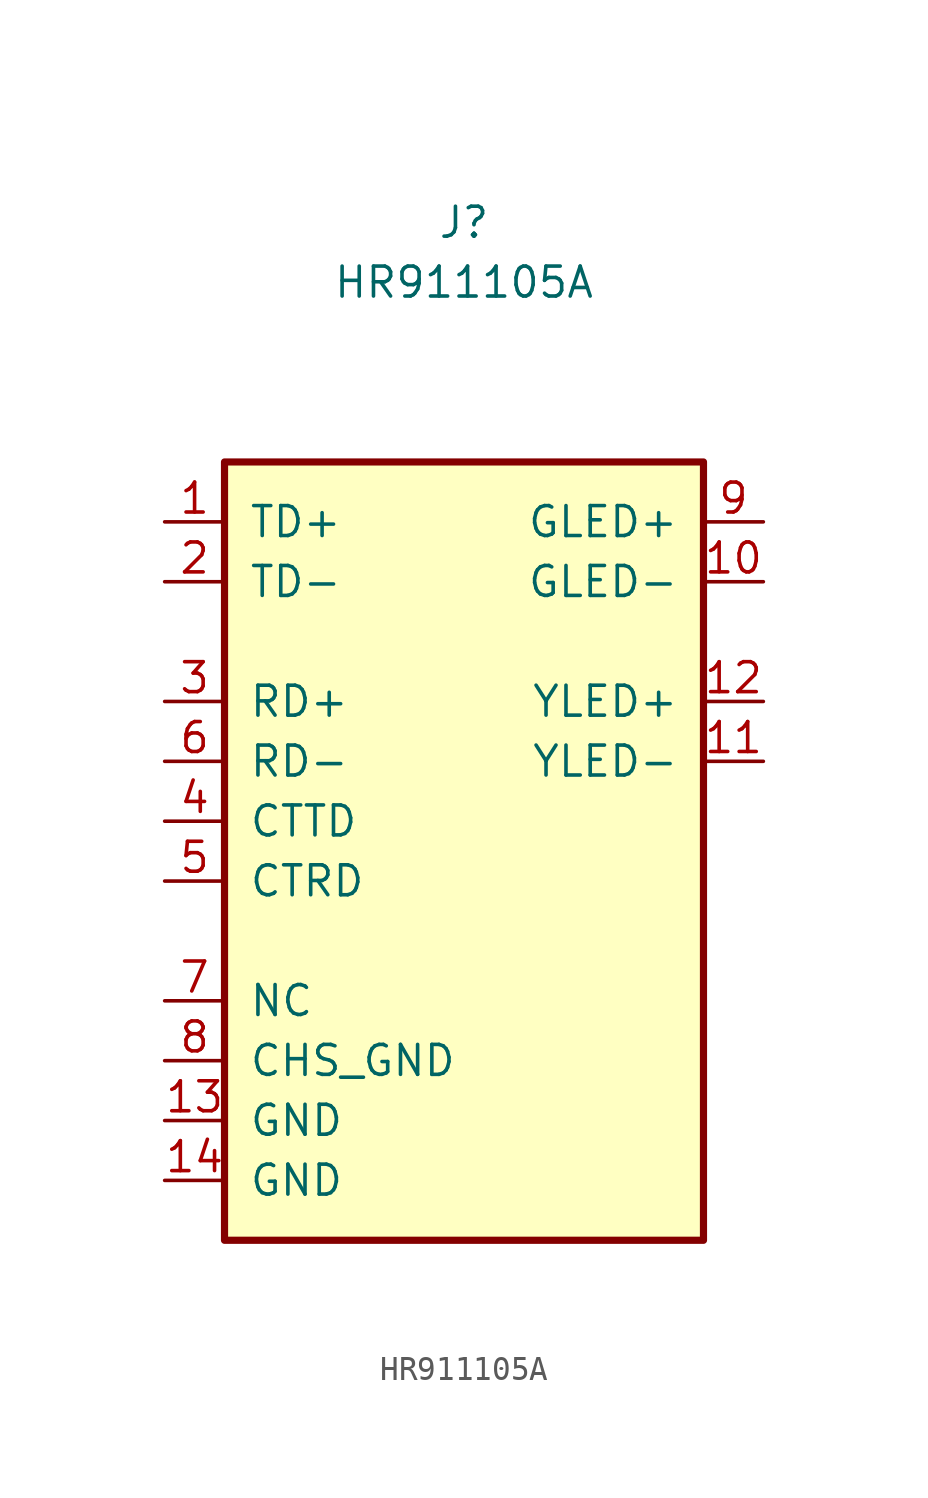
<source format=kicad_sym>
(kicad_symbol_lib
  (version 20211014)
  (generator kicad_symbol_editor)
  (symbol "HR911105A"
    (pin_names
      (offset 1.016))
    (property "Reference" "J"
      (at 0 25.4 0)
      (effects (font (size 1.27 1.27))))
    (property "Value" "HR911105A"
      (at 0 22.86 0)
      (effects (font (size 1.27 1.27))))
    (symbol "HR911105A_0_1"
      (rectangle (start -10.16 15.24) (end 10.16 -17.78) (stroke (width 0.305) (type default) (color 0 0 0 0)) (fill (type background))))
    (symbol "HR911105A_1_1"
      (pin passive line (at -12.7 12.7 0) (length 2.54) (name "TD+" (effects (font (size 1.27 1.27)))) (number "1" (effects (font (size 1.27 1.27)))))
      (pin passive line (at 12.7 10.16 180) (length 2.54) (name "GLED-" (effects (font (size 1.27 1.27)))) (number "10" (effects (font (size 1.27 1.27)))))
      (pin passive line (at 12.7 2.54 180) (length 2.54) (name "YLED-" (effects (font (size 1.27 1.27)))) (number "11" (effects (font (size 1.27 1.27)))))
      (pin passive line (at 12.7 5.08 180) (length 2.54) (name "YLED+" (effects (font (size 1.27 1.27)))) (number "12" (effects (font (size 1.27 1.27)))))
      (pin power_in line (at -12.7 -12.7 0) (length 2.54) (name "GND" (effects (font (size 1.27 1.27)))) (number "13" (effects (font (size 1.27 1.27)))))
      (pin power_in line (at -12.7 -15.24 0) (length 2.54) (name "GND" (effects (font (size 1.27 1.27)))) (number "14" (effects (font (size 1.27 1.27)))))
      (pin passive line (at -12.7 10.16 0) (length 2.54) (name "TD-" (effects (font (size 1.27 1.27)))) (number "2" (effects (font (size 1.27 1.27)))))
      (pin passive line (at -12.7 5.08 0) (length 2.54) (name "RD+" (effects (font (size 1.27 1.27)))) (number "3" (effects (font (size 1.27 1.27)))))
      (pin passive line (at -12.7 0 0) (length 2.54) (name "CTTD" (effects (font (size 1.27 1.27)))) (number "4" (effects (font (size 1.27 1.27)))))
      (pin passive line (at -12.7 -2.54 0) (length 2.54) (name "CTRD" (effects (font (size 1.27 1.27)))) (number "5" (effects (font (size 1.27 1.27)))))
      (pin passive line (at -12.7 2.54 0) (length 2.54) (name "RD-" (effects (font (size 1.27 1.27)))) (number "6" (effects (font (size 1.27 1.27)))))
      (pin passive line (at -12.7 -7.62 0) (length 2.54) (name "NC" (effects (font (size 1.27 1.27)))) (number "7" (effects (font (size 1.27 1.27)))))
      (pin power_in line (at -12.7 -10.16 0) (length 2.54) (name "CHS_GND" (effects (font (size 1.27 1.27)))) (number "8" (effects (font (size 1.27 1.27)))))
      (pin passive line (at 12.7 12.7 180) (length 2.54) (name "GLED+" (effects (font (size 1.27 1.27)))) (number "9" (effects (font (size 1.27 1.27))))))))
</source>
